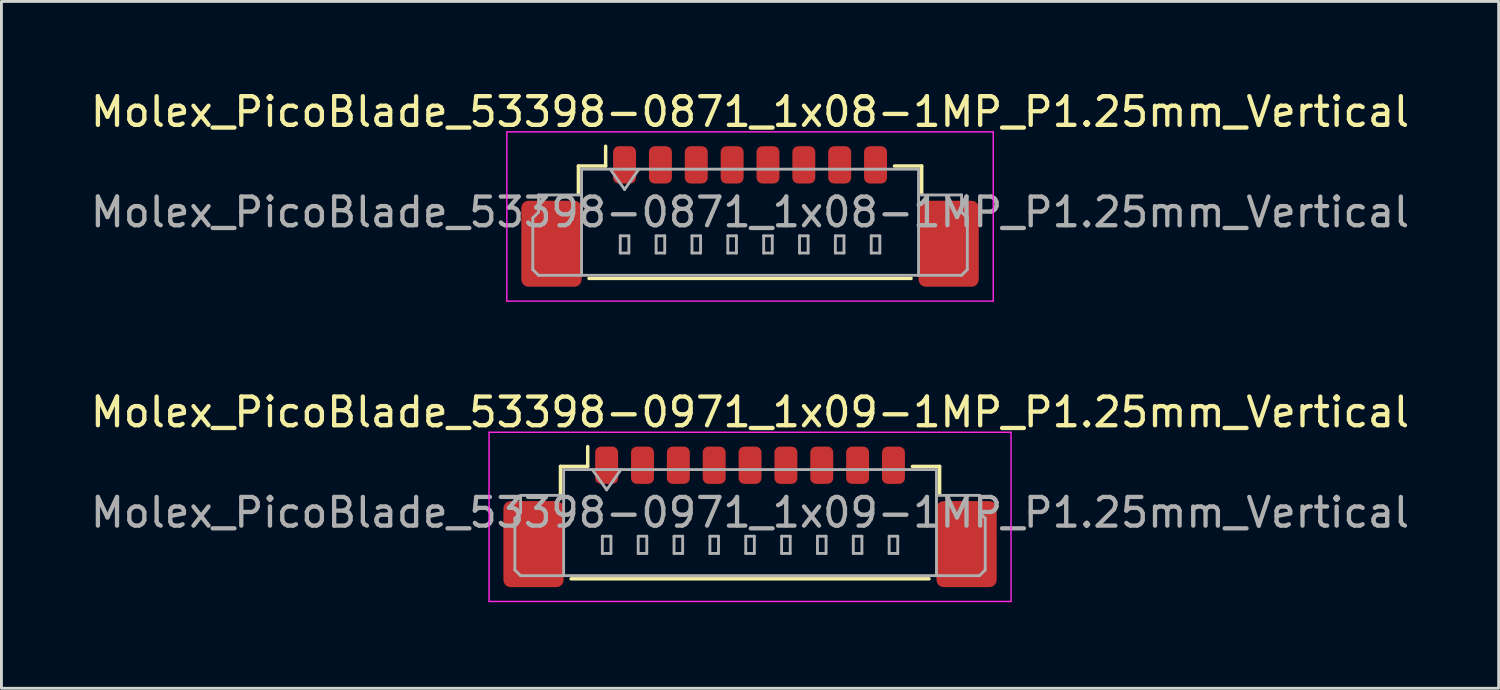
<source format=kicad_pcb>
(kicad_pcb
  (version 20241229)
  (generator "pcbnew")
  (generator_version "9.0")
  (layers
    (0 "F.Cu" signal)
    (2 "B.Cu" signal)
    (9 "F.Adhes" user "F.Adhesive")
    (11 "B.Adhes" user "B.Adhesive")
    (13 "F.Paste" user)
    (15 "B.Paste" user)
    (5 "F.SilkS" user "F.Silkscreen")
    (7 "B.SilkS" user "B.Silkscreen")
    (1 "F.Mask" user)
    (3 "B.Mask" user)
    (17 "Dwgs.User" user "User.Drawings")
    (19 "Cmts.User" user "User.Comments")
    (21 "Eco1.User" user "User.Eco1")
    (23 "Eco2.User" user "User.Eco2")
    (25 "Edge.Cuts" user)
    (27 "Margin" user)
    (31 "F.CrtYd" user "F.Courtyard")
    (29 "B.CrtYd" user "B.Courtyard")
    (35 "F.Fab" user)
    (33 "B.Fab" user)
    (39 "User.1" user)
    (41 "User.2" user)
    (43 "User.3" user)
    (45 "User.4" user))
  (footprint "Molex_PicoBlade_53398-0971_1x09-1MP_P1.25mm_Vertical"
    (layer "F.Cu")
    (at 23.101 14.421)
    (property "Reference" "Molex_PicoBlade_53398-0971_1x09-1MP_P1.25mm_Vertical" (at 0 -3.1 0) (layer "F.SilkS") (effects (font (size 1 1) (thickness 0.15))))
    (attr smd)
    (fp_line (start -6.61 -1.21) (end -5.66 -1.21) (stroke (width 0.12) (type solid)) (layer "F.SilkS"))
    (fp_line (start -6.61 -0.26) (end -6.61 -1.21) (stroke (width 0.12) (type solid)) (layer "F.SilkS"))
    (fp_line (start -6.24 2.71) (end 6.24 2.71) (stroke (width 0.12) (type solid)) (layer "F.SilkS"))
    (fp_line (start -5.66 -1.21) (end -5.66 -1.9) (stroke (width 0.12) (type solid)) (layer "F.SilkS"))
    (fp_line (start 6.61 -1.21) (end 5.66 -1.21) (stroke (width 0.12) (type solid)) (layer "F.SilkS"))
    (fp_line (start 6.61 -0.26) (end 6.61 -1.21) (stroke (width 0.12) (type solid)) (layer "F.SilkS"))
    (fp_line (start -9.1 -2.4) (end -9.1 3.5) (stroke (width 0.05) (type solid)) (layer "F.CrtYd"))
    (fp_line (start -9.1 3.5) (end 9.1 3.5) (stroke (width 0.05) (type solid)) (layer "F.CrtYd"))
    (fp_line (start 9.1 -2.4) (end -9.1 -2.4) (stroke (width 0.05) (type solid)) (layer "F.CrtYd"))
    (fp_line (start 9.1 3.5) (end 9.1 -2.4) (stroke (width 0.05) (type solid)) (layer "F.CrtYd"))
    (fp_line (start -8.2 0.6) (end -8 0.4) (stroke (width 0.1) (type solid)) (layer "F.Fab"))
    (fp_line (start -8.2 2.4) (end -8.2 0.6) (stroke (width 0.1) (type solid)) (layer "F.Fab"))
    (fp_line (start -8 -0.2) (end -6.5 -0.2) (stroke (width 0.1) (type solid)) (layer "F.Fab"))
    (fp_line (start -8 0.4) (end -8 -0.2) (stroke (width 0.1) (type solid)) (layer "F.Fab"))
    (fp_line (start -8 2.6) (end -8.2 2.4) (stroke (width 0.1) (type solid)) (layer "F.Fab"))
    (fp_line (start -6.5 -1.1) (end -6.5 2.6) (stroke (width 0.1) (type solid)) (layer "F.Fab"))
    (fp_line (start -6.5 -1.1) (end 6.5 -1.1) (stroke (width 0.1) (type solid)) (layer "F.Fab"))
    (fp_line (start -6.5 2.6) (end -8 2.6) (stroke (width 0.1) (type solid)) (layer "F.Fab"))
    (fp_line (start -6.5 2.6) (end 6.5 2.6) (stroke (width 0.1) (type solid)) (layer "F.Fab"))
    (fp_line (start -5.5 -1.1) (end -5 -0.393) (stroke (width 0.1) (type solid)) (layer "F.Fab"))
    (fp_line (start -5.15 1.225) (end -5.15 1.825) (stroke (width 0.1) (type solid)) (layer "F.Fab"))
    (fp_line (start -5.15 1.825) (end -4.85 1.825) (stroke (width 0.1) (type solid)) (layer "F.Fab"))
    (fp_line (start -5 -0.393) (end -4.5 -1.1) (stroke (width 0.1) (type solid)) (layer "F.Fab"))
    (fp_line (start -4.85 1.225) (end -5.15 1.225) (stroke (width 0.1) (type solid)) (layer "F.Fab"))
    (fp_line (start -4.85 1.825) (end -4.85 1.225) (stroke (width 0.1) (type solid)) (layer "F.Fab"))
    (fp_line (start -3.9 1.225) (end -3.9 1.825) (stroke (width 0.1) (type solid)) (layer "F.Fab"))
    (fp_line (start -3.9 1.825) (end -3.6 1.825) (stroke (width 0.1) (type solid)) (layer "F.Fab"))
    (fp_line (start -3.6 1.225) (end -3.9 1.225) (stroke (width 0.1) (type solid)) (layer "F.Fab"))
    (fp_line (start -3.6 1.825) (end -3.6 1.225) (stroke (width 0.1) (type solid)) (layer "F.Fab"))
    (fp_line (start -2.65 1.225) (end -2.65 1.825) (stroke (width 0.1) (type solid)) (layer "F.Fab"))
    (fp_line (start -2.65 1.825) (end -2.35 1.825) (stroke (width 0.1) (type solid)) (layer "F.Fab"))
    (fp_line (start -2.35 1.225) (end -2.65 1.225) (stroke (width 0.1) (type solid)) (layer "F.Fab"))
    (fp_line (start -2.35 1.825) (end -2.35 1.225) (stroke (width 0.1) (type solid)) (layer "F.Fab"))
    (fp_line (start -1.4 1.225) (end -1.4 1.825) (stroke (width 0.1) (type solid)) (layer "F.Fab"))
    (fp_line (start -1.4 1.825) (end -1.1 1.825) (stroke (width 0.1) (type solid)) (layer "F.Fab"))
    (fp_line (start -1.1 1.225) (end -1.4 1.225) (stroke (width 0.1) (type solid)) (layer "F.Fab"))
    (fp_line (start -1.1 1.825) (end -1.1 1.225) (stroke (width 0.1) (type solid)) (layer "F.Fab"))
    (fp_line (start -0.15 1.225) (end -0.15 1.825) (stroke (width 0.1) (type solid)) (layer "F.Fab"))
    (fp_line (start -0.15 1.825) (end 0.15 1.825) (stroke (width 0.1) (type solid)) (layer "F.Fab"))
    (fp_line (start 0.15 1.225) (end -0.15 1.225) (stroke (width 0.1) (type solid)) (layer "F.Fab"))
    (fp_line (start 0.15 1.825) (end 0.15 1.225) (stroke (width 0.1) (type solid)) (layer "F.Fab"))
    (fp_line (start 1.1 1.225) (end 1.1 1.825) (stroke (width 0.1) (type solid)) (layer "F.Fab"))
    (fp_line (start 1.1 1.825) (end 1.4 1.825) (stroke (width 0.1) (type solid)) (layer "F.Fab"))
    (fp_line (start 1.4 1.225) (end 1.1 1.225) (stroke (width 0.1) (type solid)) (layer "F.Fab"))
    (fp_line (start 1.4 1.825) (end 1.4 1.225) (stroke (width 0.1) (type solid)) (layer "F.Fab"))
    (fp_line (start 2.35 1.225) (end 2.35 1.825) (stroke (width 0.1) (type solid)) (layer "F.Fab"))
    (fp_line (start 2.35 1.825) (end 2.65 1.825) (stroke (width 0.1) (type solid)) (layer "F.Fab"))
    (fp_line (start 2.65 1.225) (end 2.35 1.225) (stroke (width 0.1) (type solid)) (layer "F.Fab"))
    (fp_line (start 2.65 1.825) (end 2.65 1.225) (stroke (width 0.1) (type solid)) (layer "F.Fab"))
    (fp_line (start 3.6 1.225) (end 3.6 1.825) (stroke (width 0.1) (type solid)) (layer "F.Fab"))
    (fp_line (start 3.6 1.825) (end 3.9 1.825) (stroke (width 0.1) (type solid)) (layer "F.Fab"))
    (fp_line (start 3.9 1.225) (end 3.6 1.225) (stroke (width 0.1) (type solid)) (layer "F.Fab"))
    (fp_line (start 3.9 1.825) (end 3.9 1.225) (stroke (width 0.1) (type solid)) (layer "F.Fab"))
    (fp_line (start 4.85 1.225) (end 4.85 1.825) (stroke (width 0.1) (type solid)) (layer "F.Fab"))
    (fp_line (start 4.85 1.825) (end 5.15 1.825) (stroke (width 0.1) (type solid)) (layer "F.Fab"))
    (fp_line (start 5.15 1.225) (end 4.85 1.225) (stroke (width 0.1) (type solid)) (layer "F.Fab"))
    (fp_line (start 5.15 1.825) (end 5.15 1.225) (stroke (width 0.1) (type solid)) (layer "F.Fab"))
    (fp_line (start 6.5 -1.1) (end 6.5 2.6) (stroke (width 0.1) (type solid)) (layer "F.Fab"))
    (fp_line (start 6.5 2.6) (end 8 2.6) (stroke (width 0.1) (type solid)) (layer "F.Fab"))
    (fp_line (start 8 -0.2) (end 6.5 -0.2) (stroke (width 0.1) (type solid)) (layer "F.Fab"))
    (fp_line (start 8 0.4) (end 8 -0.2) (stroke (width 0.1) (type solid)) (layer "F.Fab"))
    (fp_line (start 8 2.6) (end 8.2 2.4) (stroke (width 0.1) (type solid)) (layer "F.Fab"))
    (fp_line (start 8.2 0.6) (end 8 0.4) (stroke (width 0.1) (type solid)) (layer "F.Fab"))
    (fp_line (start 8.2 2.4) (end 8.2 0.6) (stroke (width 0.1) (type solid)) (layer "F.Fab"))
    (fp_text user "${REFERENCE}" (at 0 0.4 0) (layer "F.Fab") (effects (font (size 1 1) (thickness 0.15))))
    (pad "1" smd roundrect (at -5 -1.25) (size 0.8 1.3) (layers "F.Cu" "F.Mask" "F.Paste") (roundrect_rratio 0.25))
    (pad "2" smd roundrect (at -3.75 -1.25) (size 0.8 1.3) (layers "F.Cu" "F.Mask" "F.Paste") (roundrect_rratio 0.25))
    (pad "3" smd roundrect (at -2.5 -1.25) (size 0.8 1.3) (layers "F.Cu" "F.Mask" "F.Paste") (roundrect_rratio 0.25))
    (pad "4" smd roundrect (at -1.25 -1.25) (size 0.8 1.3) (layers "F.Cu" "F.Mask" "F.Paste") (roundrect_rratio 0.25))
    (pad "5" smd roundrect (at 0 -1.25) (size 0.8 1.3) (layers "F.Cu" "F.Mask" "F.Paste") (roundrect_rratio 0.25))
    (pad "6" smd roundrect (at 1.25 -1.25) (size 0.8 1.3) (layers "F.Cu" "F.Mask" "F.Paste") (roundrect_rratio 0.25))
    (pad "7" smd roundrect (at 2.5 -1.25) (size 0.8 1.3) (layers "F.Cu" "F.Mask" "F.Paste") (roundrect_rratio 0.25))
    (pad "8" smd roundrect (at 3.75 -1.25) (size 0.8 1.3) (layers "F.Cu" "F.Mask" "F.Paste") (roundrect_rratio 0.25))
    (pad "9" smd roundrect (at 5 -1.25) (size 0.8 1.3) (layers "F.Cu" "F.Mask" "F.Paste") (roundrect_rratio 0.25))
    (pad "MP" smd roundrect (at -7.55 1.5) (size 2.1 3) (layers "F.Cu" "F.Mask" "F.Paste") (roundrect_rratio 0.119))
    (pad "MP" smd roundrect (at 7.55 1.5) (size 2.1 3) (layers "F.Cu" "F.Mask" "F.Paste") (roundrect_rratio 0.119)))
  (footprint "Molex_PicoBlade_53398-0871_1x08-1MP_P1.25mm_Vertical"
    (layer "F.Cu")
    (at 23.101 3.948)
    (property "Reference" "Molex_PicoBlade_53398-0871_1x08-1MP_P1.25mm_Vertical" (at 0 -3.1 0) (layer "F.SilkS") (effects (font (size 1 1) (thickness 0.15))))
    (attr smd)
    (fp_line (start -5.985 -1.21) (end -5.035 -1.21) (stroke (width 0.12) (type solid)) (layer "F.SilkS"))
    (fp_line (start -5.985 -0.26) (end -5.985 -1.21) (stroke (width 0.12) (type solid)) (layer "F.SilkS"))
    (fp_line (start -5.615 2.71) (end 5.615 2.71) (stroke (width 0.12) (type solid)) (layer "F.SilkS"))
    (fp_line (start -5.035 -1.21) (end -5.035 -1.9) (stroke (width 0.12) (type solid)) (layer "F.SilkS"))
    (fp_line (start 5.985 -1.21) (end 5.035 -1.21) (stroke (width 0.12) (type solid)) (layer "F.SilkS"))
    (fp_line (start 5.985 -0.26) (end 5.985 -1.21) (stroke (width 0.12) (type solid)) (layer "F.SilkS"))
    (fp_line (start -8.48 -2.4) (end -8.48 3.5) (stroke (width 0.05) (type solid)) (layer "F.CrtYd"))
    (fp_line (start -8.48 3.5) (end 8.48 3.5) (stroke (width 0.05) (type solid)) (layer "F.CrtYd"))
    (fp_line (start 8.48 -2.4) (end -8.48 -2.4) (stroke (width 0.05) (type solid)) (layer "F.CrtYd"))
    (fp_line (start 8.48 3.5) (end 8.48 -2.4) (stroke (width 0.05) (type solid)) (layer "F.CrtYd"))
    (fp_line (start -7.575 0.6) (end -7.375 0.4) (stroke (width 0.1) (type solid)) (layer "F.Fab"))
    (fp_line (start -7.575 2.4) (end -7.575 0.6) (stroke (width 0.1) (type solid)) (layer "F.Fab"))
    (fp_line (start -7.375 -0.2) (end -5.875 -0.2) (stroke (width 0.1) (type solid)) (layer "F.Fab"))
    (fp_line (start -7.375 0.4) (end -7.375 -0.2) (stroke (width 0.1) (type solid)) (layer "F.Fab"))
    (fp_line (start -7.375 2.6) (end -7.575 2.4) (stroke (width 0.1) (type solid)) (layer "F.Fab"))
    (fp_line (start -5.875 -1.1) (end -5.875 2.6) (stroke (width 0.1) (type solid)) (layer "F.Fab"))
    (fp_line (start -5.875 -1.1) (end 5.875 -1.1) (stroke (width 0.1) (type solid)) (layer "F.Fab"))
    (fp_line (start -5.875 2.6) (end -7.375 2.6) (stroke (width 0.1) (type solid)) (layer "F.Fab"))
    (fp_line (start -5.875 2.6) (end 5.875 2.6) (stroke (width 0.1) (type solid)) (layer "F.Fab"))
    (fp_line (start -4.875 -1.1) (end -4.375 -0.393) (stroke (width 0.1) (type solid)) (layer "F.Fab"))
    (fp_line (start -4.525 1.225) (end -4.525 1.825) (stroke (width 0.1) (type solid)) (layer "F.Fab"))
    (fp_line (start -4.525 1.825) (end -4.225 1.825) (stroke (width 0.1) (type solid)) (layer "F.Fab"))
    (fp_line (start -4.375 -0.393) (end -3.875 -1.1) (stroke (width 0.1) (type solid)) (layer "F.Fab"))
    (fp_line (start -4.225 1.225) (end -4.525 1.225) (stroke (width 0.1) (type solid)) (layer "F.Fab"))
    (fp_line (start -4.225 1.825) (end -4.225 1.225) (stroke (width 0.1) (type solid)) (layer "F.Fab"))
    (fp_line (start -3.275 1.225) (end -3.275 1.825) (stroke (width 0.1) (type solid)) (layer "F.Fab"))
    (fp_line (start -3.275 1.825) (end -2.975 1.825) (stroke (width 0.1) (type solid)) (layer "F.Fab"))
    (fp_line (start -2.975 1.225) (end -3.275 1.225) (stroke (width 0.1) (type solid)) (layer "F.Fab"))
    (fp_line (start -2.975 1.825) (end -2.975 1.225) (stroke (width 0.1) (type solid)) (layer "F.Fab"))
    (fp_line (start -2.025 1.225) (end -2.025 1.825) (stroke (width 0.1) (type solid)) (layer "F.Fab"))
    (fp_line (start -2.025 1.825) (end -1.725 1.825) (stroke (width 0.1) (type solid)) (layer "F.Fab"))
    (fp_line (start -1.725 1.225) (end -2.025 1.225) (stroke (width 0.1) (type solid)) (layer "F.Fab"))
    (fp_line (start -1.725 1.825) (end -1.725 1.225) (stroke (width 0.1) (type solid)) (layer "F.Fab"))
    (fp_line (start -0.775 1.225) (end -0.775 1.825) (stroke (width 0.1) (type solid)) (layer "F.Fab"))
    (fp_line (start -0.775 1.825) (end -0.475 1.825) (stroke (width 0.1) (type solid)) (layer "F.Fab"))
    (fp_line (start -0.475 1.225) (end -0.775 1.225) (stroke (width 0.1) (type solid)) (layer "F.Fab"))
    (fp_line (start -0.475 1.825) (end -0.475 1.225) (stroke (width 0.1) (type solid)) (layer "F.Fab"))
    (fp_line (start 0.475 1.225) (end 0.475 1.825) (stroke (width 0.1) (type solid)) (layer "F.Fab"))
    (fp_line (start 0.475 1.825) (end 0.775 1.825) (stroke (width 0.1) (type solid)) (layer "F.Fab"))
    (fp_line (start 0.775 1.225) (end 0.475 1.225) (stroke (width 0.1) (type solid)) (layer "F.Fab"))
    (fp_line (start 0.775 1.825) (end 0.775 1.225) (stroke (width 0.1) (type solid)) (layer "F.Fab"))
    (fp_line (start 1.725 1.225) (end 1.725 1.825) (stroke (width 0.1) (type solid)) (layer "F.Fab"))
    (fp_line (start 1.725 1.825) (end 2.025 1.825) (stroke (width 0.1) (type solid)) (layer "F.Fab"))
    (fp_line (start 2.025 1.225) (end 1.725 1.225) (stroke (width 0.1) (type solid)) (layer "F.Fab"))
    (fp_line (start 2.025 1.825) (end 2.025 1.225) (stroke (width 0.1) (type solid)) (layer "F.Fab"))
    (fp_line (start 2.975 1.225) (end 2.975 1.825) (stroke (width 0.1) (type solid)) (layer "F.Fab"))
    (fp_line (start 2.975 1.825) (end 3.275 1.825) (stroke (width 0.1) (type solid)) (layer "F.Fab"))
    (fp_line (start 3.275 1.225) (end 2.975 1.225) (stroke (width 0.1) (type solid)) (layer "F.Fab"))
    (fp_line (start 3.275 1.825) (end 3.275 1.225) (stroke (width 0.1) (type solid)) (layer "F.Fab"))
    (fp_line (start 4.225 1.225) (end 4.225 1.825) (stroke (width 0.1) (type solid)) (layer "F.Fab"))
    (fp_line (start 4.225 1.825) (end 4.525 1.825) (stroke (width 0.1) (type solid)) (layer "F.Fab"))
    (fp_line (start 4.525 1.225) (end 4.225 1.225) (stroke (width 0.1) (type solid)) (layer "F.Fab"))
    (fp_line (start 4.525 1.825) (end 4.525 1.225) (stroke (width 0.1) (type solid)) (layer "F.Fab"))
    (fp_line (start 5.875 -1.1) (end 5.875 2.6) (stroke (width 0.1) (type solid)) (layer "F.Fab"))
    (fp_line (start 5.875 2.6) (end 7.375 2.6) (stroke (width 0.1) (type solid)) (layer "F.Fab"))
    (fp_line (start 7.375 -0.2) (end 5.875 -0.2) (stroke (width 0.1) (type solid)) (layer "F.Fab"))
    (fp_line (start 7.375 0.4) (end 7.375 -0.2) (stroke (width 0.1) (type solid)) (layer "F.Fab"))
    (fp_line (start 7.375 2.6) (end 7.575 2.4) (stroke (width 0.1) (type solid)) (layer "F.Fab"))
    (fp_line (start 7.575 0.6) (end 7.375 0.4) (stroke (width 0.1) (type solid)) (layer "F.Fab"))
    (fp_line (start 7.575 2.4) (end 7.575 0.6) (stroke (width 0.1) (type solid)) (layer "F.Fab"))
    (fp_text user "${REFERENCE}" (at 0 0.4 0) (layer "F.Fab") (effects (font (size 1 1) (thickness 0.15))))
    (pad "1" smd roundrect (at -4.375 -1.25) (size 0.8 1.3) (layers "F.Cu" "F.Mask" "F.Paste") (roundrect_rratio 0.25))
    (pad "2" smd roundrect (at -3.125 -1.25) (size 0.8 1.3) (layers "F.Cu" "F.Mask" "F.Paste") (roundrect_rratio 0.25))
    (pad "3" smd roundrect (at -1.875 -1.25) (size 0.8 1.3) (layers "F.Cu" "F.Mask" "F.Paste") (roundrect_rratio 0.25))
    (pad "4" smd roundrect (at -0.625 -1.25) (size 0.8 1.3) (layers "F.Cu" "F.Mask" "F.Paste") (roundrect_rratio 0.25))
    (pad "5" smd roundrect (at 0.625 -1.25) (size 0.8 1.3) (layers "F.Cu" "F.Mask" "F.Paste") (roundrect_rratio 0.25))
    (pad "6" smd roundrect (at 1.875 -1.25) (size 0.8 1.3) (layers "F.Cu" "F.Mask" "F.Paste") (roundrect_rratio 0.25))
    (pad "7" smd roundrect (at 3.125 -1.25) (size 0.8 1.3) (layers "F.Cu" "F.Mask" "F.Paste") (roundrect_rratio 0.25))
    (pad "8" smd roundrect (at 4.375 -1.25) (size 0.8 1.3) (layers "F.Cu" "F.Mask" "F.Paste") (roundrect_rratio 0.25))
    (pad "MP" smd roundrect (at -6.925 1.5) (size 2.1 3) (layers "F.Cu" "F.Mask" "F.Paste") (roundrect_rratio 0.119))
    (pad "MP" smd roundrect (at 6.925 1.5) (size 2.1 3) (layers "F.Cu" "F.Mask" "F.Paste") (roundrect_rratio 0.119)))
  (gr_rect
    (start -3 -3)
    (end 49.202 20.947)
    (stroke (width 0.1) (type default))
    (fill no)
    (layer "Edge.Cuts")))
</source>
